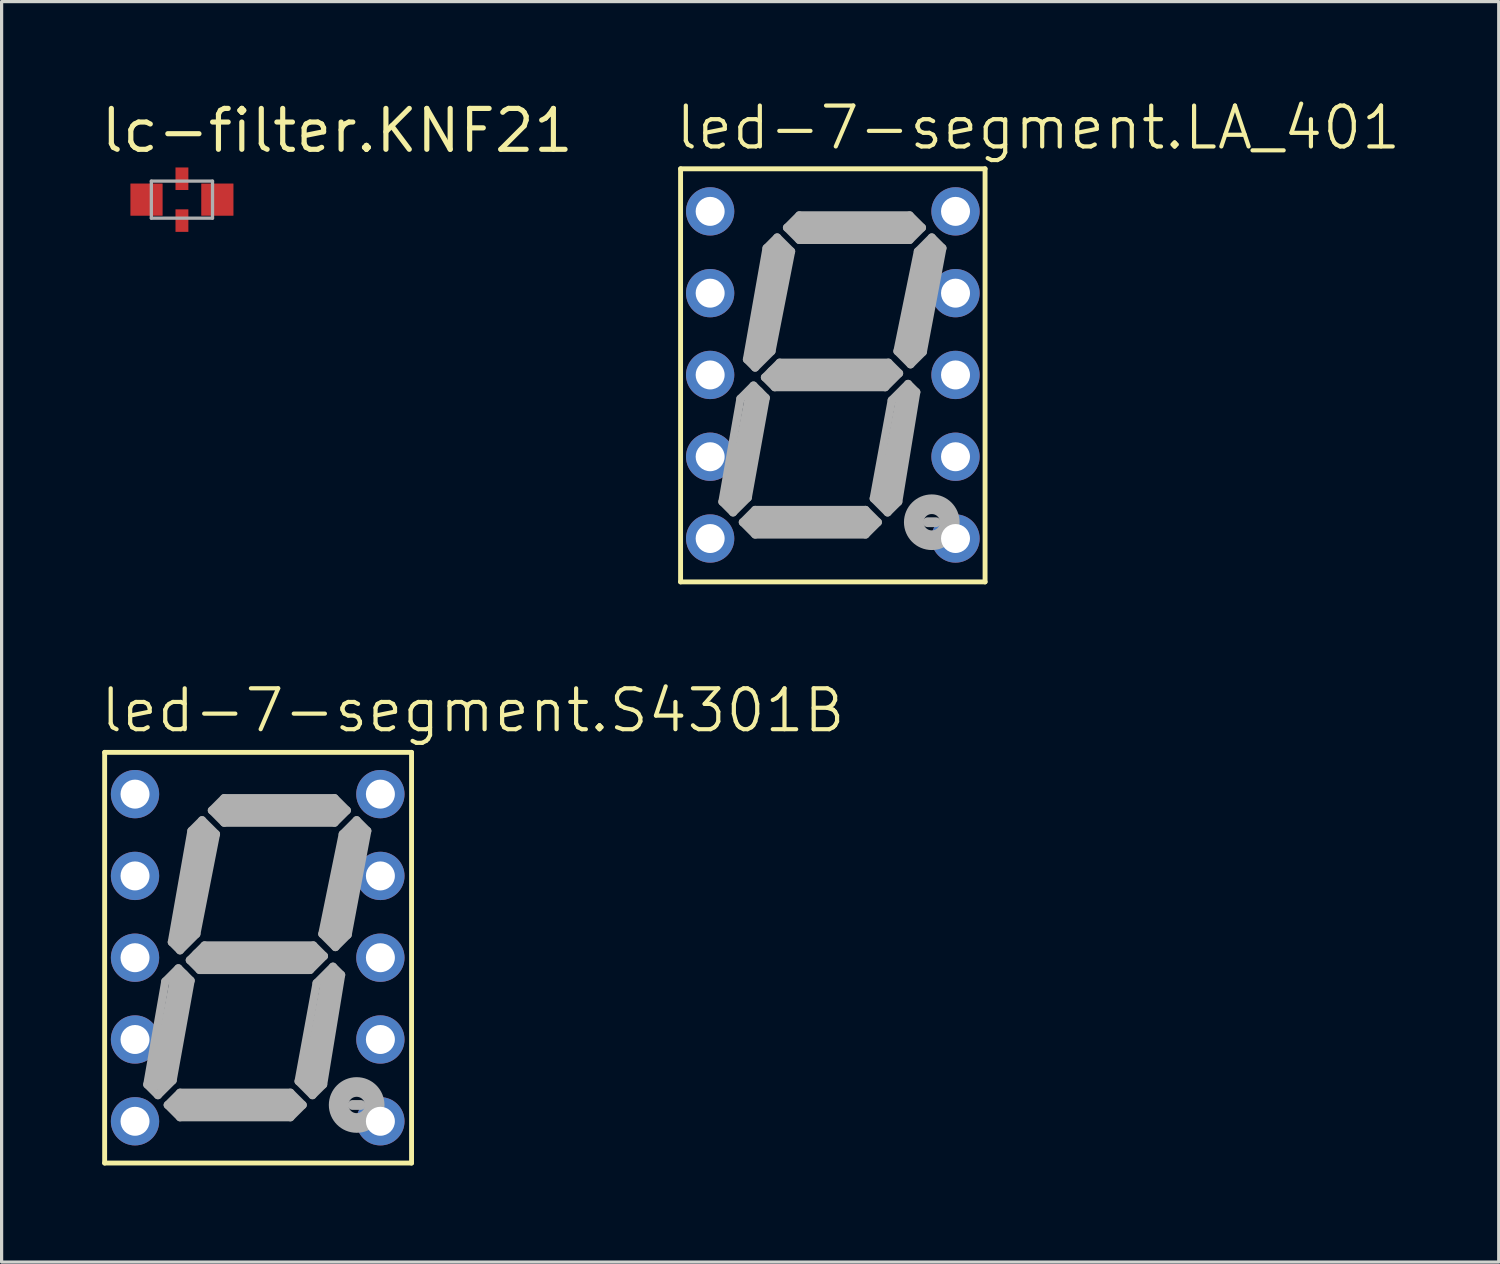
<source format=kicad_pcb>
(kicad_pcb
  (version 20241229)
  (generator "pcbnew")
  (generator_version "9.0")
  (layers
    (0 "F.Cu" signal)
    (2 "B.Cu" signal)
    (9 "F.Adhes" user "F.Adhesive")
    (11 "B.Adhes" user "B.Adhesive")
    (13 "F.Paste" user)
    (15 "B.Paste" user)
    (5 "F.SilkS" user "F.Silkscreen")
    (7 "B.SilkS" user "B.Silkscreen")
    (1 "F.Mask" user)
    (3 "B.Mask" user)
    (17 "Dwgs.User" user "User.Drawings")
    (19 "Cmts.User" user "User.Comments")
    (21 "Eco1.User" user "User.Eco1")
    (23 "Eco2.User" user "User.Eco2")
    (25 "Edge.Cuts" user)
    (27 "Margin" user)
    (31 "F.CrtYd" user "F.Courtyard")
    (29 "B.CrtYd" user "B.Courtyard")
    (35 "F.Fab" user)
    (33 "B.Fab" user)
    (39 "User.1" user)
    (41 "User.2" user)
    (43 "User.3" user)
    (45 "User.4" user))
  (footprint "lc-filter.KNF21"
    (layer "F.Cu")
    (at 2.6 3.15)
    (property "Reference" "lc-filter.KNF21" (at -2.6 -1.4 0) (layer "F.SilkS") (effects (font (size 1.27 1.27) (thickness 0.16)) (justify left bottom)))
    (attr smd)
    (fp_rect (start -1.7 0.6) (end -0.55 -0.6) (stroke (width 0.05) (type default)) (fill yes) (layer "F.Mask"))
    (fp_rect (start -0.4 1.2) (end 0.4 -1.2) (stroke (width 0.05) (type default)) (fill yes) (layer "F.Mask"))
    (fp_rect (start 0.55 0.625) (end 1.7 -0.6) (stroke (width 0.05) (type default)) (fill yes) (layer "F.Mask"))
    (fp_line (start -0.95 -0.575) (end 0.95 -0.575) (stroke (width 0.102) (type default)) (layer "F.Fab"))
    (fp_line (start -0.95 0.575) (end -0.95 -0.575) (stroke (width 0.102) (type default)) (layer "F.Fab"))
    (fp_line (start 0.95 -0.575) (end 0.95 0.575) (stroke (width 0.102) (type default)) (layer "F.Fab"))
    (fp_line (start 0.95 0.575) (end -0.95 0.575) (stroke (width 0.102) (type default)) (layer "F.Fab"))
    (pad "1" smd roundrect (at -1.1 0) (size 1 1) (layers "F.Cu" "F.Mask" "F.Paste") (roundrect_rratio 0.01))
    (pad "2@1" smd roundrect (at 0 -0.65) (size 0.4 0.7) (layers "F.Cu" "F.Mask" "F.Paste") (roundrect_rratio 0.01))
    (pad "2@2" smd roundrect (at 0 0.65) (size 0.4 0.7) (layers "F.Cu" "F.Mask" "F.Paste") (roundrect_rratio 0.01))
    (pad "3" smd roundrect (at 1.1 0) (size 1 1) (layers "F.Cu" "F.Mask" "F.Paste") (roundrect_rratio 0.01)))
  (footprint "led-7-segment.S4301B"
    (layer "F.Cu")
    (at 4.953 26.692)
    (property "Reference" "led-7-segment.S4301B" (at -4.953 -6.934 0) (layer "F.SilkS") (effects (font (size 1.27 1.27) (thickness 0.13)) (justify left bottom)))
    (attr through_hole)
    (fp_line (start -4.753 -6.377) (end 4.778 -6.377) (stroke (width 0.152) (type default)) (layer "F.SilkS"))
    (fp_line (start -4.753 6.377) (end -4.753 -6.377) (stroke (width 0.152) (type default)) (layer "F.SilkS"))
    (fp_line (start 4.778 -6.377) (end 4.778 6.377) (stroke (width 0.152) (type default)) (layer "F.SilkS"))
    (fp_line (start 4.778 6.377) (end -4.753 6.377) (stroke (width 0.152) (type default)) (layer "F.SilkS"))
    (fp_line (start -3.429 3.939) (end -3.099 4.269) (stroke (width 0.254) (type default)) (layer "F.Fab"))
    (fp_line (start -3.099 4.269) (end -2.642 3.812) (stroke (width 0.254) (type default)) (layer "F.Fab"))
    (fp_line (start -2.87 0.737) (end -3.429 3.939) (stroke (width 0.254) (type default)) (layer "F.Fab"))
    (fp_line (start -2.794 4.574) (end -2.413 4.193) (stroke (width 0.254) (type default)) (layer "F.Fab"))
    (fp_line (start -2.667 -0.483) (end -2.058 -3.939) (stroke (width 0.254) (type default)) (layer "F.Fab"))
    (fp_line (start -2.642 3.812) (end -2.083 0.711) (stroke (width 0.254) (type default)) (layer "F.Fab"))
    (fp_line (start -2.464 0.33) (end -2.87 0.737) (stroke (width 0.254) (type default)) (layer "F.Fab"))
    (fp_line (start -2.464 0.33) (end -2.083 0.711) (stroke (width 0.254) (type default)) (layer "F.Fab"))
    (fp_line (start -2.413 4.193) (end 1.016 4.193) (stroke (width 0.254) (type default)) (layer "F.Fab"))
    (fp_line (start -2.413 4.955) (end -2.794 4.574) (stroke (width 0.254) (type default)) (layer "F.Fab"))
    (fp_line (start -2.413 -0.229) (end -2.667 -0.483) (stroke (width 0.254) (type default)) (layer "F.Fab"))
    (fp_line (start -2.413 0.635) (end -3.023 3.812) (stroke (width 0.61) (type default)) (layer "F.Fab"))
    (fp_line (start -2.388 4.574) (end 1.041 4.574) (stroke (width 0.61) (type default)) (layer "F.Fab"))
    (fp_line (start -2.311 -0.66) (end -1.678 -3.837) (stroke (width 0.61) (type default)) (layer "F.Fab"))
    (fp_line (start -2.108 0.076) (end -1.651 -0.381) (stroke (width 0.254) (type default)) (layer "F.Fab"))
    (fp_line (start -2.058 -3.939) (end -1.728 -4.269) (stroke (width 0.254) (type default)) (layer "F.Fab"))
    (fp_line (start -1.905 -0.737) (end -2.413 -0.229) (stroke (width 0.254) (type default)) (layer "F.Fab"))
    (fp_line (start -1.803 0.381) (end -2.108 0.076) (stroke (width 0.254) (type default)) (layer "F.Fab"))
    (fp_line (start -1.728 -4.269) (end -1.296 -3.837) (stroke (width 0.254) (type default)) (layer "F.Fab"))
    (fp_line (start -1.651 -0.381) (end 1.727 -0.381) (stroke (width 0.254) (type default)) (layer "F.Fab"))
    (fp_line (start -1.423 -4.574) (end -1.042 -4.955) (stroke (width 0.254) (type default)) (layer "F.Fab"))
    (fp_line (start -1.296 -3.837) (end -1.905 -0.737) (stroke (width 0.254) (type default)) (layer "F.Fab"))
    (fp_line (start -1.042 -4.955) (end 2.387 -4.955) (stroke (width 0.254) (type default)) (layer "F.Fab"))
    (fp_line (start -1.042 -4.193) (end -1.423 -4.574) (stroke (width 0.254) (type default)) (layer "F.Fab"))
    (fp_line (start -0.991 -4.574) (end 2.438 -4.574) (stroke (width 0.61) (type default)) (layer "F.Fab"))
    (fp_line (start 1.016 4.193) (end 1.397 4.574) (stroke (width 0.254) (type default)) (layer "F.Fab"))
    (fp_line (start 1.016 4.955) (end -2.413 4.955) (stroke (width 0.254) (type default)) (layer "F.Fab"))
    (fp_line (start 1.27 3.837) (end 1.701 4.269) (stroke (width 0.254) (type default)) (layer "F.Fab"))
    (fp_line (start 1.397 4.574) (end 1.016 4.955) (stroke (width 0.254) (type default)) (layer "F.Fab"))
    (fp_line (start 1.626 0.381) (end -1.803 0.381) (stroke (width 0.254) (type default)) (layer "F.Fab"))
    (fp_line (start 1.651 0) (end -1.778 0) (stroke (width 0.61) (type default)) (layer "F.Fab"))
    (fp_line (start 1.676 3.812) (end 2.286 0.635) (stroke (width 0.61) (type default)) (layer "F.Fab"))
    (fp_line (start 1.701 4.269) (end 2.032 3.939) (stroke (width 0.254) (type default)) (layer "F.Fab"))
    (fp_line (start 1.727 -0.381) (end 2.057 -0.051) (stroke (width 0.254) (type default)) (layer "F.Fab"))
    (fp_line (start 1.829 0.787) (end 1.27 3.837) (stroke (width 0.254) (type default)) (layer "F.Fab"))
    (fp_line (start 2.007 -0.737) (end 2.413 -0.33) (stroke (width 0.254) (type default)) (layer "F.Fab"))
    (fp_line (start 2.032 3.939) (end 2.591 0.533) (stroke (width 0.254) (type default)) (layer "F.Fab"))
    (fp_line (start 2.057 -0.051) (end 1.626 0.381) (stroke (width 0.254) (type default)) (layer "F.Fab"))
    (fp_line (start 2.337 0.279) (end 1.829 0.787) (stroke (width 0.254) (type default)) (layer "F.Fab"))
    (fp_line (start 2.387 -4.955) (end 2.768 -4.574) (stroke (width 0.254) (type default)) (layer "F.Fab"))
    (fp_line (start 2.387 -4.193) (end -1.042 -4.193) (stroke (width 0.254) (type default)) (layer "F.Fab"))
    (fp_line (start 2.413 -0.33) (end 2.794 -0.711) (stroke (width 0.254) (type default)) (layer "F.Fab"))
    (fp_line (start 2.591 0.533) (end 2.337 0.279) (stroke (width 0.254) (type default)) (layer "F.Fab"))
    (fp_line (start 2.641 -3.837) (end 2.007 -0.737) (stroke (width 0.254) (type default)) (layer "F.Fab"))
    (fp_line (start 2.768 -4.574) (end 2.387 -4.193) (stroke (width 0.254) (type default)) (layer "F.Fab"))
    (fp_line (start 2.794 -0.711) (end 3.403 -3.939) (stroke (width 0.254) (type default)) (layer "F.Fab"))
    (fp_line (start 2.946 4.574) (end 3.2 4.574) (stroke (width 0.305) (type default)) (layer "F.Fab"))
    (fp_line (start 3.073 -4.269) (end 2.641 -3.837) (stroke (width 0.254) (type default)) (layer "F.Fab"))
    (fp_line (start 3.073 -3.939) (end 2.413 -0.762) (stroke (width 0.61) (type default)) (layer "F.Fab"))
    (fp_line (start 3.403 -3.939) (end 3.073 -4.269) (stroke (width 0.254) (type default)) (layer "F.Fab"))
    (fp_circle (center 3.073 4.574) (end 3.327 4.574) (stroke (width 0.61) (type default)) (fill no) (layer "F.Fab"))
    (pad "1" thru_hole circle (at -3.81 -5.08) (size 1.5 1.5) (drill 0.9) (layers "*.Cu" "*.Mask"))
    (pad "2" thru_hole circle (at -3.81 -2.54) (size 1.5 1.5) (drill 0.9) (layers "*.Cu" "*.Mask"))
    (pad "3" thru_hole circle (at -3.81 0) (size 1.5 1.5) (drill 0.9) (layers "*.Cu" "*.Mask"))
    (pad "4" thru_hole circle (at -3.81 2.54) (size 1.5 1.5) (drill 0.9) (layers "*.Cu" "*.Mask"))
    (pad "5" thru_hole circle (at -3.81 5.08) (size 1.5 1.5) (drill 0.9) (layers "*.Cu" "*.Mask"))
    (pad "6" thru_hole circle (at 3.81 5.08) (size 1.5 1.5) (drill 0.9) (layers "*.Cu" "*.Mask"))
    (pad "7" thru_hole circle (at 3.81 2.54) (size 1.5 1.5) (drill 0.9) (layers "*.Cu" "*.Mask"))
    (pad "8" thru_hole circle (at 3.81 0) (size 1.5 1.5) (drill 0.9) (layers "*.Cu" "*.Mask"))
    (pad "9" thru_hole circle (at 3.81 -2.54) (size 1.5 1.5) (drill 0.9) (layers "*.Cu" "*.Mask"))
    (pad "10" thru_hole circle (at 3.81 -5.08) (size 1.5 1.5) (drill 0.9) (layers "*.Cu" "*.Mask")))
  (footprint "led-7-segment.LA_401"
    (layer "F.Cu")
    (at 22.814 8.594)
    (property "Reference" "led-7-segment.LA_401" (at -4.953 -6.934 0) (layer "F.SilkS") (effects (font (size 1.27 1.27) (thickness 0.13)) (justify left bottom)))
    (attr through_hole)
    (fp_line (start -4.728 -6.402) (end 4.728 -6.402) (stroke (width 0.152) (type default)) (layer "F.SilkS"))
    (fp_line (start -4.728 6.427) (end -4.728 -6.402) (stroke (width 0.152) (type default)) (layer "F.SilkS"))
    (fp_line (start 4.728 -6.402) (end 4.728 6.427) (stroke (width 0.152) (type default)) (layer "F.SilkS"))
    (fp_line (start 4.728 6.427) (end -4.728 6.427) (stroke (width 0.152) (type default)) (layer "F.SilkS"))
    (fp_line (start -3.429 3.939) (end -3.099 4.269) (stroke (width 0.254) (type default)) (layer "F.Fab"))
    (fp_line (start -3.099 4.269) (end -2.642 3.812) (stroke (width 0.254) (type default)) (layer "F.Fab"))
    (fp_line (start -2.87 0.737) (end -3.429 3.939) (stroke (width 0.254) (type default)) (layer "F.Fab"))
    (fp_line (start -2.794 4.574) (end -2.413 4.193) (stroke (width 0.254) (type default)) (layer "F.Fab"))
    (fp_line (start -2.667 -0.483) (end -2.058 -3.939) (stroke (width 0.254) (type default)) (layer "F.Fab"))
    (fp_line (start -2.642 3.812) (end -2.083 0.711) (stroke (width 0.254) (type default)) (layer "F.Fab"))
    (fp_line (start -2.464 0.33) (end -2.87 0.737) (stroke (width 0.254) (type default)) (layer "F.Fab"))
    (fp_line (start -2.464 0.33) (end -2.083 0.711) (stroke (width 0.254) (type default)) (layer "F.Fab"))
    (fp_line (start -2.413 4.193) (end 1.016 4.193) (stroke (width 0.254) (type default)) (layer "F.Fab"))
    (fp_line (start -2.413 4.955) (end -2.794 4.574) (stroke (width 0.254) (type default)) (layer "F.Fab"))
    (fp_line (start -2.413 -0.229) (end -2.667 -0.483) (stroke (width 0.254) (type default)) (layer "F.Fab"))
    (fp_line (start -2.413 0.635) (end -3.023 3.812) (stroke (width 0.61) (type default)) (layer "F.Fab"))
    (fp_line (start -2.388 4.574) (end 1.041 4.574) (stroke (width 0.61) (type default)) (layer "F.Fab"))
    (fp_line (start -2.311 -0.66) (end -1.678 -3.837) (stroke (width 0.61) (type default)) (layer "F.Fab"))
    (fp_line (start -2.108 0.076) (end -1.651 -0.381) (stroke (width 0.254) (type default)) (layer "F.Fab"))
    (fp_line (start -2.058 -3.939) (end -1.728 -4.269) (stroke (width 0.254) (type default)) (layer "F.Fab"))
    (fp_line (start -1.905 -0.737) (end -2.413 -0.229) (stroke (width 0.254) (type default)) (layer "F.Fab"))
    (fp_line (start -1.803 0.381) (end -2.108 0.076) (stroke (width 0.254) (type default)) (layer "F.Fab"))
    (fp_line (start -1.728 -4.269) (end -1.296 -3.837) (stroke (width 0.254) (type default)) (layer "F.Fab"))
    (fp_line (start -1.651 -0.381) (end 1.727 -0.381) (stroke (width 0.254) (type default)) (layer "F.Fab"))
    (fp_line (start -1.423 -4.574) (end -1.042 -4.955) (stroke (width 0.254) (type default)) (layer "F.Fab"))
    (fp_line (start -1.296 -3.837) (end -1.905 -0.737) (stroke (width 0.254) (type default)) (layer "F.Fab"))
    (fp_line (start -1.042 -4.955) (end 2.387 -4.955) (stroke (width 0.254) (type default)) (layer "F.Fab"))
    (fp_line (start -1.042 -4.193) (end -1.423 -4.574) (stroke (width 0.254) (type default)) (layer "F.Fab"))
    (fp_line (start -0.991 -4.574) (end 2.438 -4.574) (stroke (width 0.61) (type default)) (layer "F.Fab"))
    (fp_line (start 1.016 4.193) (end 1.397 4.574) (stroke (width 0.254) (type default)) (layer "F.Fab"))
    (fp_line (start 1.016 4.955) (end -2.413 4.955) (stroke (width 0.254) (type default)) (layer "F.Fab"))
    (fp_line (start 1.27 3.837) (end 1.701 4.269) (stroke (width 0.254) (type default)) (layer "F.Fab"))
    (fp_line (start 1.397 4.574) (end 1.016 4.955) (stroke (width 0.254) (type default)) (layer "F.Fab"))
    (fp_line (start 1.626 0.381) (end -1.803 0.381) (stroke (width 0.254) (type default)) (layer "F.Fab"))
    (fp_line (start 1.651 0) (end -1.778 0) (stroke (width 0.61) (type default)) (layer "F.Fab"))
    (fp_line (start 1.676 3.812) (end 2.286 0.635) (stroke (width 0.61) (type default)) (layer "F.Fab"))
    (fp_line (start 1.701 4.269) (end 2.032 3.939) (stroke (width 0.254) (type default)) (layer "F.Fab"))
    (fp_line (start 1.727 -0.381) (end 2.057 -0.051) (stroke (width 0.254) (type default)) (layer "F.Fab"))
    (fp_line (start 1.829 0.787) (end 1.27 3.837) (stroke (width 0.254) (type default)) (layer "F.Fab"))
    (fp_line (start 2.007 -0.737) (end 2.413 -0.33) (stroke (width 0.254) (type default)) (layer "F.Fab"))
    (fp_line (start 2.032 3.939) (end 2.591 0.533) (stroke (width 0.254) (type default)) (layer "F.Fab"))
    (fp_line (start 2.057 -0.051) (end 1.626 0.381) (stroke (width 0.254) (type default)) (layer "F.Fab"))
    (fp_line (start 2.337 0.279) (end 1.829 0.787) (stroke (width 0.254) (type default)) (layer "F.Fab"))
    (fp_line (start 2.387 -4.955) (end 2.768 -4.574) (stroke (width 0.254) (type default)) (layer "F.Fab"))
    (fp_line (start 2.387 -4.193) (end -1.042 -4.193) (stroke (width 0.254) (type default)) (layer "F.Fab"))
    (fp_line (start 2.413 -0.33) (end 2.794 -0.711) (stroke (width 0.254) (type default)) (layer "F.Fab"))
    (fp_line (start 2.591 0.533) (end 2.337 0.279) (stroke (width 0.254) (type default)) (layer "F.Fab"))
    (fp_line (start 2.641 -3.837) (end 2.007 -0.737) (stroke (width 0.254) (type default)) (layer "F.Fab"))
    (fp_line (start 2.768 -4.574) (end 2.387 -4.193) (stroke (width 0.254) (type default)) (layer "F.Fab"))
    (fp_line (start 2.794 -0.711) (end 3.403 -3.939) (stroke (width 0.254) (type default)) (layer "F.Fab"))
    (fp_line (start 2.946 4.574) (end 3.2 4.574) (stroke (width 0.305) (type default)) (layer "F.Fab"))
    (fp_line (start 3.073 -4.269) (end 2.641 -3.837) (stroke (width 0.254) (type default)) (layer "F.Fab"))
    (fp_line (start 3.073 -3.939) (end 2.413 -0.762) (stroke (width 0.61) (type default)) (layer "F.Fab"))
    (fp_line (start 3.403 -3.939) (end 3.073 -4.269) (stroke (width 0.254) (type default)) (layer "F.Fab"))
    (fp_circle (center 3.073 4.574) (end 3.327 4.574) (stroke (width 0.61) (type default)) (fill no) (layer "F.Fab"))
    (pad "1" thru_hole circle (at -3.81 -5.08) (size 1.5 1.5) (drill 0.9) (layers "*.Cu" "*.Mask"))
    (pad "2" thru_hole circle (at -3.81 -2.54) (size 1.5 1.5) (drill 0.9) (layers "*.Cu" "*.Mask"))
    (pad "3" thru_hole circle (at -3.81 0) (size 1.5 1.5) (drill 0.9) (layers "*.Cu" "*.Mask"))
    (pad "4" thru_hole circle (at -3.81 2.54) (size 1.5 1.5) (drill 0.9) (layers "*.Cu" "*.Mask"))
    (pad "5" thru_hole circle (at -3.81 5.08) (size 1.5 1.5) (drill 0.9) (layers "*.Cu" "*.Mask"))
    (pad "6" thru_hole circle (at 3.81 5.08) (size 1.5 1.5) (drill 0.9) (layers "*.Cu" "*.Mask"))
    (pad "7" thru_hole circle (at 3.81 2.54) (size 1.5 1.5) (drill 0.9) (layers "*.Cu" "*.Mask"))
    (pad "8" thru_hole circle (at 3.81 0) (size 1.5 1.5) (drill 0.9) (layers "*.Cu" "*.Mask"))
    (pad "9" thru_hole circle (at 3.81 -2.54) (size 1.5 1.5) (drill 0.9) (layers "*.Cu" "*.Mask"))
    (pad "10" thru_hole circle (at 3.81 -5.08) (size 1.5 1.5) (drill 0.9) (layers "*.Cu" "*.Mask")))
  (gr_rect
    (start -3 -3)
    (end 43.494 36.145)
    (stroke (width 0.1) (type default))
    (fill no)
    (layer "Edge.Cuts")))
</source>
